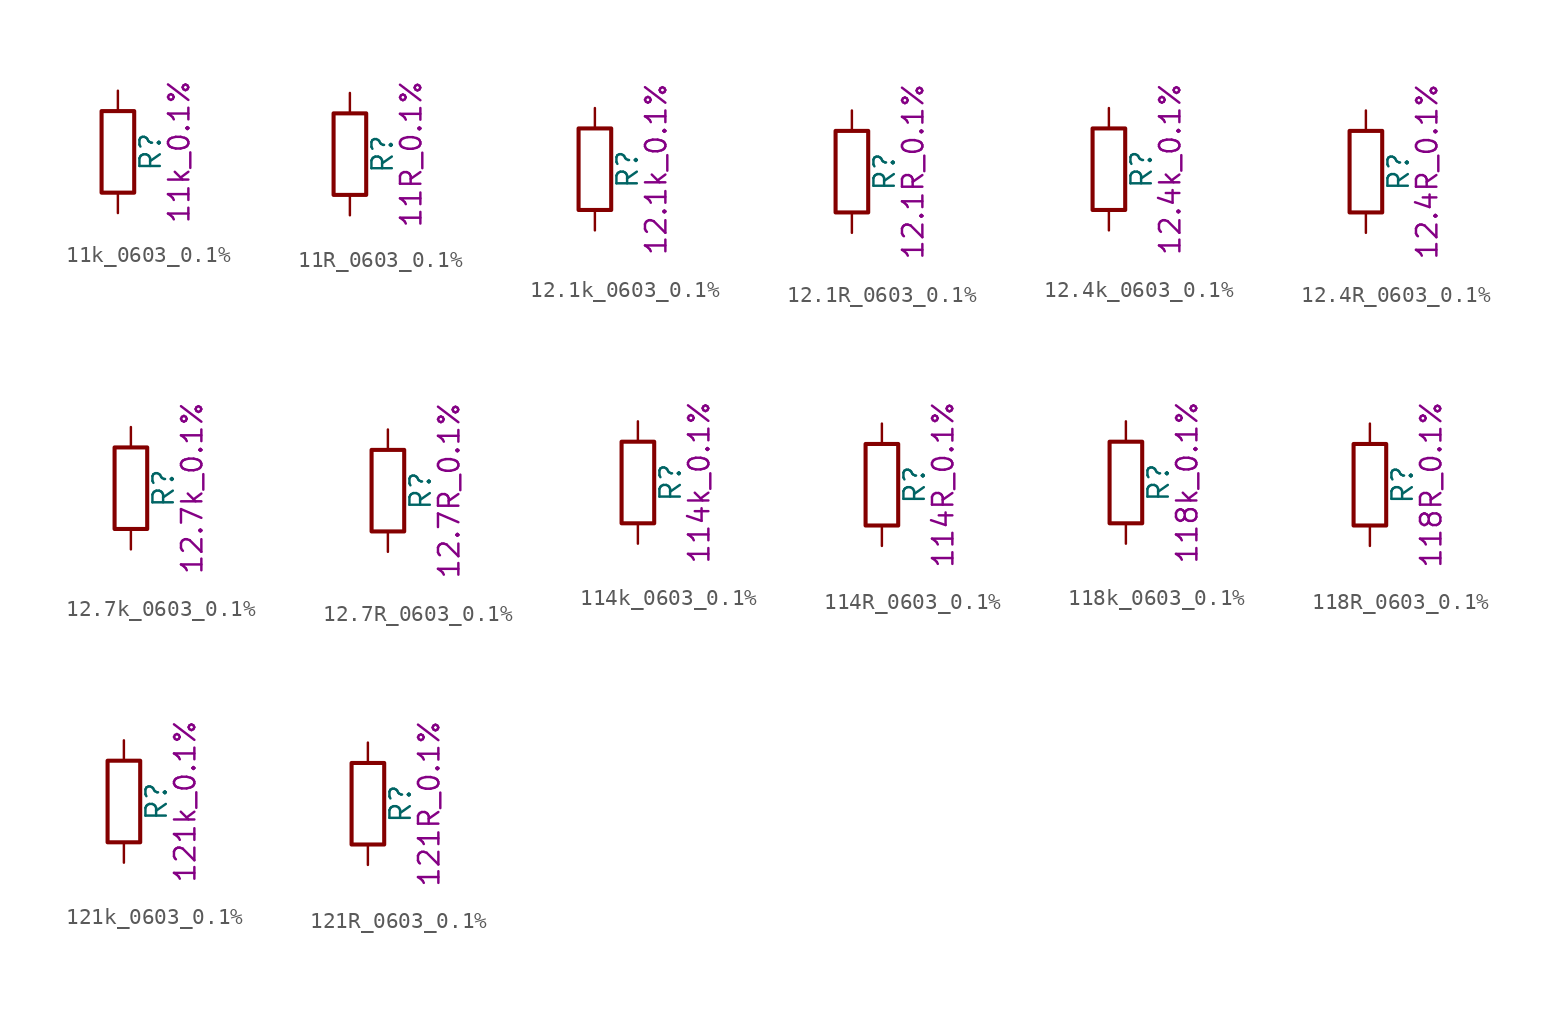
<source format=kicad_sym>
(kicad_symbol_lib
  (version 20211014)
  (generator kicad_symbol_editor)
  (symbol "11k_0603_0.1%"
    (pin_numbers hide)
    (pin_names
      (offset 0))
    (property "Reference" "R"
      (at 2.032 0 90)
      (effects (font (size 1.27 1.27))))
    (property "Display" "11k_0.1%"
      (at 3.81 0 90)
      (effects (font (size 1.27 1.27))))
    (symbol "11k_0603_0.1%_0_1"
      (rectangle (start -1.016 -2.54) (end 1.016 2.54) (stroke (width 0.254) (type default) (color 0 0 0 0)) (fill (type none))))
    (symbol "11k_0603_0.1%_1_1"
      (pin passive line (at 0 3.81 270) (length 1.27) (name "~" (effects (font (size 1.27 1.27)))) (number "1" (effects (font (size 1.27 1.27)))))
      (pin passive line (at 0 -3.81 90) (length 1.27) (name "~" (effects (font (size 1.27 1.27)))) (number "2" (effects (font (size 1.27 1.27)))))))
  (symbol "11R_0603_0.1%"
    (pin_numbers hide)
    (pin_names
      (offset 0))
    (property "Reference" "R"
      (at 2.032 0 90)
      (effects (font (size 1.27 1.27))))
    (property "Display" "11R_0.1%"
      (at 3.81 0 90)
      (effects (font (size 1.27 1.27))))
    (symbol "11R_0603_0.1%_0_1"
      (rectangle (start -1.016 -2.54) (end 1.016 2.54) (stroke (width 0.254) (type default) (color 0 0 0 0)) (fill (type none))))
    (symbol "11R_0603_0.1%_1_1"
      (pin passive line (at 0 3.81 270) (length 1.27) (name "~" (effects (font (size 1.27 1.27)))) (number "1" (effects (font (size 1.27 1.27)))))
      (pin passive line (at 0 -3.81 90) (length 1.27) (name "~" (effects (font (size 1.27 1.27)))) (number "2" (effects (font (size 1.27 1.27)))))))
  (symbol "12.1k_0603_0.1%"
    (pin_numbers hide)
    (pin_names
      (offset 0))
    (property "Reference" "R"
      (at 2.032 0 90)
      (effects (font (size 1.27 1.27))))
    (property "Display" "12.1k_0.1%"
      (at 3.81 0 90)
      (effects (font (size 1.27 1.27))))
    (symbol "12.1k_0603_0.1%_0_1"
      (rectangle (start -1.016 -2.54) (end 1.016 2.54) (stroke (width 0.254) (type default) (color 0 0 0 0)) (fill (type none))))
    (symbol "12.1k_0603_0.1%_1_1"
      (pin passive line (at 0 3.81 270) (length 1.27) (name "~" (effects (font (size 1.27 1.27)))) (number "1" (effects (font (size 1.27 1.27)))))
      (pin passive line (at 0 -3.81 90) (length 1.27) (name "~" (effects (font (size 1.27 1.27)))) (number "2" (effects (font (size 1.27 1.27)))))))
  (symbol "12.1R_0603_0.1%"
    (pin_numbers hide)
    (pin_names
      (offset 0))
    (property "Reference" "R"
      (at 2.032 0 90)
      (effects (font (size 1.27 1.27))))
    (property "Display" "12.1R_0.1%"
      (at 3.81 0 90)
      (effects (font (size 1.27 1.27))))
    (symbol "12.1R_0603_0.1%_0_1"
      (rectangle (start -1.016 -2.54) (end 1.016 2.54) (stroke (width 0.254) (type default) (color 0 0 0 0)) (fill (type none))))
    (symbol "12.1R_0603_0.1%_1_1"
      (pin passive line (at 0 3.81 270) (length 1.27) (name "~" (effects (font (size 1.27 1.27)))) (number "1" (effects (font (size 1.27 1.27)))))
      (pin passive line (at 0 -3.81 90) (length 1.27) (name "~" (effects (font (size 1.27 1.27)))) (number "2" (effects (font (size 1.27 1.27)))))))
  (symbol "12.4k_0603_0.1%"
    (pin_numbers hide)
    (pin_names
      (offset 0))
    (property "Reference" "R"
      (at 2.032 0 90)
      (effects (font (size 1.27 1.27))))
    (property "Display" "12.4k_0.1%"
      (at 3.81 0 90)
      (effects (font (size 1.27 1.27))))
    (symbol "12.4k_0603_0.1%_0_1"
      (rectangle (start -1.016 -2.54) (end 1.016 2.54) (stroke (width 0.254) (type default) (color 0 0 0 0)) (fill (type none))))
    (symbol "12.4k_0603_0.1%_1_1"
      (pin passive line (at 0 3.81 270) (length 1.27) (name "~" (effects (font (size 1.27 1.27)))) (number "1" (effects (font (size 1.27 1.27)))))
      (pin passive line (at 0 -3.81 90) (length 1.27) (name "~" (effects (font (size 1.27 1.27)))) (number "2" (effects (font (size 1.27 1.27)))))))
  (symbol "12.4R_0603_0.1%"
    (pin_numbers hide)
    (pin_names
      (offset 0))
    (property "Reference" "R"
      (at 2.032 0 90)
      (effects (font (size 1.27 1.27))))
    (property "Display" "12.4R_0.1%"
      (at 3.81 0 90)
      (effects (font (size 1.27 1.27))))
    (symbol "12.4R_0603_0.1%_0_1"
      (rectangle (start -1.016 -2.54) (end 1.016 2.54) (stroke (width 0.254) (type default) (color 0 0 0 0)) (fill (type none))))
    (symbol "12.4R_0603_0.1%_1_1"
      (pin passive line (at 0 3.81 270) (length 1.27) (name "~" (effects (font (size 1.27 1.27)))) (number "1" (effects (font (size 1.27 1.27)))))
      (pin passive line (at 0 -3.81 90) (length 1.27) (name "~" (effects (font (size 1.27 1.27)))) (number "2" (effects (font (size 1.27 1.27)))))))
  (symbol "12.7k_0603_0.1%"
    (pin_numbers hide)
    (pin_names
      (offset 0))
    (property "Reference" "R"
      (at 2.032 0 90)
      (effects (font (size 1.27 1.27))))
    (property "Display" "12.7k_0.1%"
      (at 3.81 0 90)
      (effects (font (size 1.27 1.27))))
    (symbol "12.7k_0603_0.1%_0_1"
      (rectangle (start -1.016 -2.54) (end 1.016 2.54) (stroke (width 0.254) (type default) (color 0 0 0 0)) (fill (type none))))
    (symbol "12.7k_0603_0.1%_1_1"
      (pin passive line (at 0 3.81 270) (length 1.27) (name "~" (effects (font (size 1.27 1.27)))) (number "1" (effects (font (size 1.27 1.27)))))
      (pin passive line (at 0 -3.81 90) (length 1.27) (name "~" (effects (font (size 1.27 1.27)))) (number "2" (effects (font (size 1.27 1.27)))))))
  (symbol "12.7R_0603_0.1%"
    (pin_numbers hide)
    (pin_names
      (offset 0))
    (property "Reference" "R"
      (at 2.032 0 90)
      (effects (font (size 1.27 1.27))))
    (property "Display" "12.7R_0.1%"
      (at 3.81 0 90)
      (effects (font (size 1.27 1.27))))
    (symbol "12.7R_0603_0.1%_0_1"
      (rectangle (start -1.016 -2.54) (end 1.016 2.54) (stroke (width 0.254) (type default) (color 0 0 0 0)) (fill (type none))))
    (symbol "12.7R_0603_0.1%_1_1"
      (pin passive line (at 0 3.81 270) (length 1.27) (name "~" (effects (font (size 1.27 1.27)))) (number "1" (effects (font (size 1.27 1.27)))))
      (pin passive line (at 0 -3.81 90) (length 1.27) (name "~" (effects (font (size 1.27 1.27)))) (number "2" (effects (font (size 1.27 1.27)))))))
  (symbol "114k_0603_0.1%"
    (pin_numbers hide)
    (pin_names
      (offset 0))
    (property "Reference" "R"
      (at 2.032 0 90)
      (effects (font (size 1.27 1.27))))
    (property "Display" "114k_0.1%"
      (at 3.81 0 90)
      (effects (font (size 1.27 1.27))))
    (symbol "114k_0603_0.1%_0_1"
      (rectangle (start -1.016 -2.54) (end 1.016 2.54) (stroke (width 0.254) (type default) (color 0 0 0 0)) (fill (type none))))
    (symbol "114k_0603_0.1%_1_1"
      (pin passive line (at 0 3.81 270) (length 1.27) (name "~" (effects (font (size 1.27 1.27)))) (number "1" (effects (font (size 1.27 1.27)))))
      (pin passive line (at 0 -3.81 90) (length 1.27) (name "~" (effects (font (size 1.27 1.27)))) (number "2" (effects (font (size 1.27 1.27)))))))
  (symbol "114R_0603_0.1%"
    (pin_numbers hide)
    (pin_names
      (offset 0))
    (property "Reference" "R"
      (at 2.032 0 90)
      (effects (font (size 1.27 1.27))))
    (property "Display" "114R_0.1%"
      (at 3.81 0 90)
      (effects (font (size 1.27 1.27))))
    (symbol "114R_0603_0.1%_0_1"
      (rectangle (start -1.016 -2.54) (end 1.016 2.54) (stroke (width 0.254) (type default) (color 0 0 0 0)) (fill (type none))))
    (symbol "114R_0603_0.1%_1_1"
      (pin passive line (at 0 3.81 270) (length 1.27) (name "~" (effects (font (size 1.27 1.27)))) (number "1" (effects (font (size 1.27 1.27)))))
      (pin passive line (at 0 -3.81 90) (length 1.27) (name "~" (effects (font (size 1.27 1.27)))) (number "2" (effects (font (size 1.27 1.27)))))))
  (symbol "118k_0603_0.1%"
    (pin_numbers hide)
    (pin_names
      (offset 0))
    (property "Reference" "R"
      (at 2.032 0 90)
      (effects (font (size 1.27 1.27))))
    (property "Display" "118k_0.1%"
      (at 3.81 0 90)
      (effects (font (size 1.27 1.27))))
    (symbol "118k_0603_0.1%_0_1"
      (rectangle (start -1.016 -2.54) (end 1.016 2.54) (stroke (width 0.254) (type default) (color 0 0 0 0)) (fill (type none))))
    (symbol "118k_0603_0.1%_1_1"
      (pin passive line (at 0 3.81 270) (length 1.27) (name "~" (effects (font (size 1.27 1.27)))) (number "1" (effects (font (size 1.27 1.27)))))
      (pin passive line (at 0 -3.81 90) (length 1.27) (name "~" (effects (font (size 1.27 1.27)))) (number "2" (effects (font (size 1.27 1.27)))))))
  (symbol "118R_0603_0.1%"
    (pin_numbers hide)
    (pin_names
      (offset 0))
    (property "Reference" "R"
      (at 2.032 0 90)
      (effects (font (size 1.27 1.27))))
    (property "Display" "118R_0.1%"
      (at 3.81 0 90)
      (effects (font (size 1.27 1.27))))
    (symbol "118R_0603_0.1%_0_1"
      (rectangle (start -1.016 -2.54) (end 1.016 2.54) (stroke (width 0.254) (type default) (color 0 0 0 0)) (fill (type none))))
    (symbol "118R_0603_0.1%_1_1"
      (pin passive line (at 0 3.81 270) (length 1.27) (name "~" (effects (font (size 1.27 1.27)))) (number "1" (effects (font (size 1.27 1.27)))))
      (pin passive line (at 0 -3.81 90) (length 1.27) (name "~" (effects (font (size 1.27 1.27)))) (number "2" (effects (font (size 1.27 1.27)))))))
  (symbol "121k_0603_0.1%"
    (pin_numbers hide)
    (pin_names
      (offset 0))
    (property "Reference" "R"
      (at 2.032 0 90)
      (effects (font (size 1.27 1.27))))
    (property "Display" "121k_0.1%"
      (at 3.81 0 90)
      (effects (font (size 1.27 1.27))))
    (symbol "121k_0603_0.1%_0_1"
      (rectangle (start -1.016 -2.54) (end 1.016 2.54) (stroke (width 0.254) (type default) (color 0 0 0 0)) (fill (type none))))
    (symbol "121k_0603_0.1%_1_1"
      (pin passive line (at 0 3.81 270) (length 1.27) (name "~" (effects (font (size 1.27 1.27)))) (number "1" (effects (font (size 1.27 1.27)))))
      (pin passive line (at 0 -3.81 90) (length 1.27) (name "~" (effects (font (size 1.27 1.27)))) (number "2" (effects (font (size 1.27 1.27)))))))
  (symbol "121R_0603_0.1%"
    (pin_numbers hide)
    (pin_names
      (offset 0))
    (property "Reference" "R"
      (at 2.032 0 90)
      (effects (font (size 1.27 1.27))))
    (property "Display" "121R_0.1%"
      (at 3.81 0 90)
      (effects (font (size 1.27 1.27))))
    (symbol "121R_0603_0.1%_0_1"
      (rectangle (start -1.016 -2.54) (end 1.016 2.54) (stroke (width 0.254) (type default) (color 0 0 0 0)) (fill (type none))))
    (symbol "121R_0603_0.1%_1_1"
      (pin passive line (at 0 3.81 270) (length 1.27) (name "~" (effects (font (size 1.27 1.27)))) (number "1" (effects (font (size 1.27 1.27)))))
      (pin passive line (at 0 -3.81 90) (length 1.27) (name "~" (effects (font (size 1.27 1.27)))) (number "2" (effects (font (size 1.27 1.27))))))))
</source>
